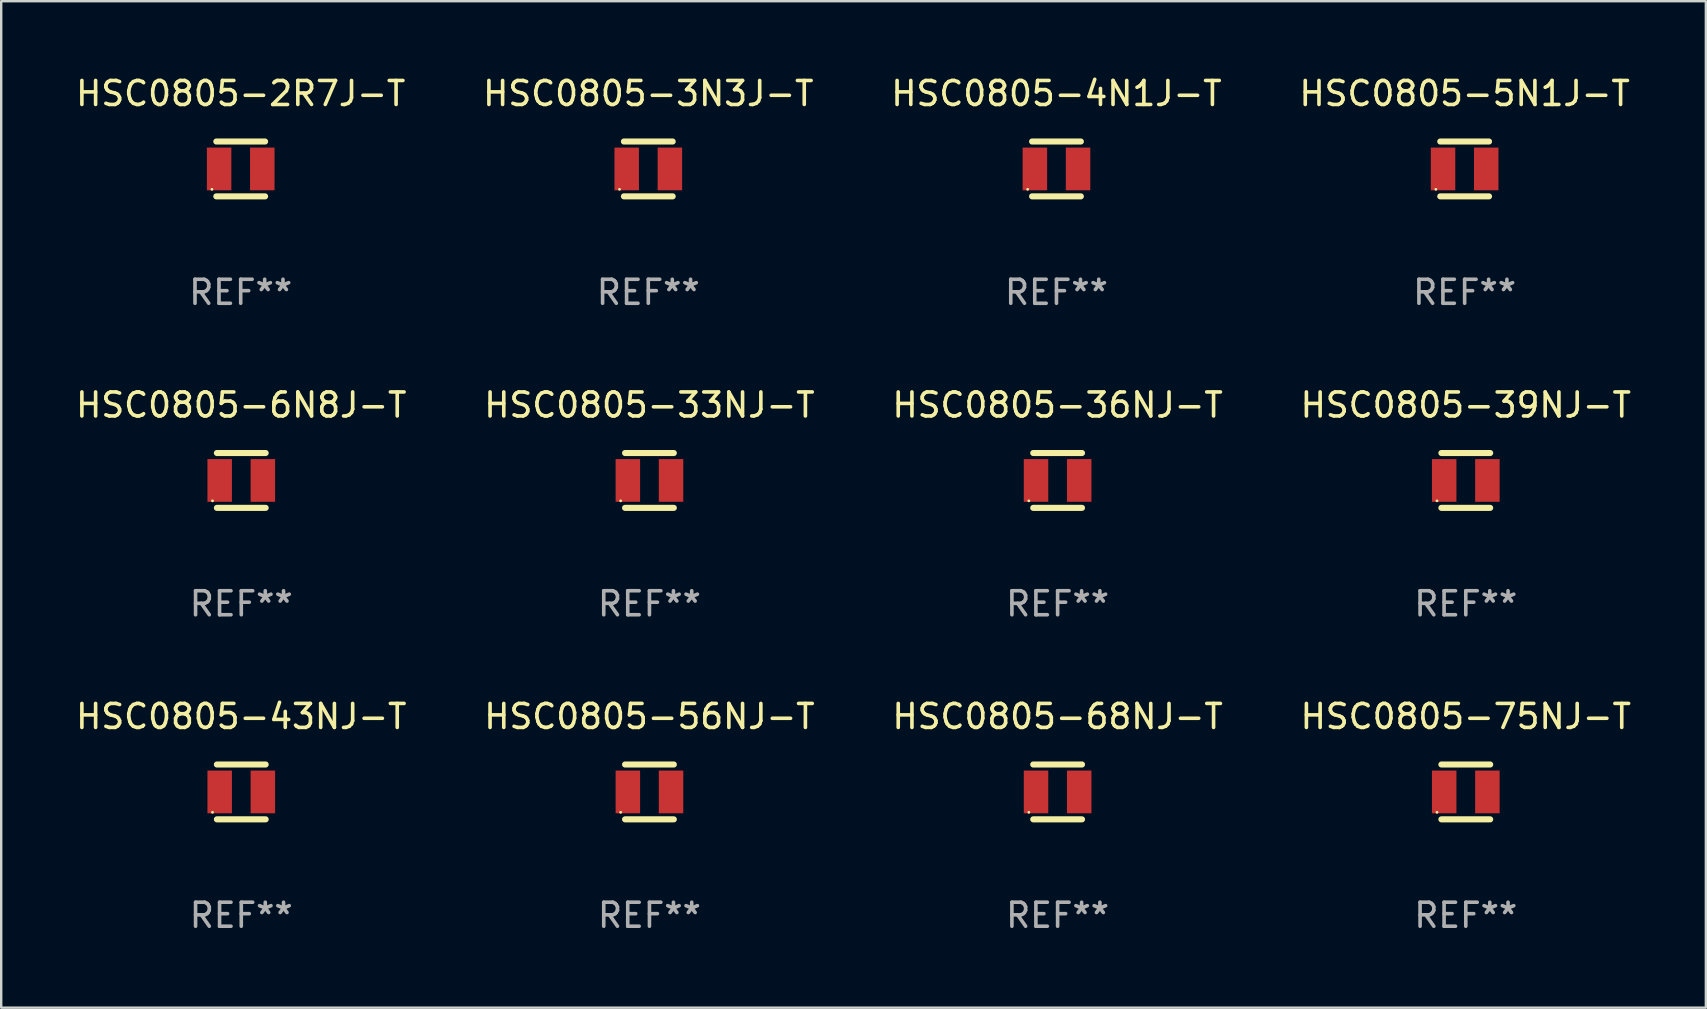
<source format=kicad_pcb>
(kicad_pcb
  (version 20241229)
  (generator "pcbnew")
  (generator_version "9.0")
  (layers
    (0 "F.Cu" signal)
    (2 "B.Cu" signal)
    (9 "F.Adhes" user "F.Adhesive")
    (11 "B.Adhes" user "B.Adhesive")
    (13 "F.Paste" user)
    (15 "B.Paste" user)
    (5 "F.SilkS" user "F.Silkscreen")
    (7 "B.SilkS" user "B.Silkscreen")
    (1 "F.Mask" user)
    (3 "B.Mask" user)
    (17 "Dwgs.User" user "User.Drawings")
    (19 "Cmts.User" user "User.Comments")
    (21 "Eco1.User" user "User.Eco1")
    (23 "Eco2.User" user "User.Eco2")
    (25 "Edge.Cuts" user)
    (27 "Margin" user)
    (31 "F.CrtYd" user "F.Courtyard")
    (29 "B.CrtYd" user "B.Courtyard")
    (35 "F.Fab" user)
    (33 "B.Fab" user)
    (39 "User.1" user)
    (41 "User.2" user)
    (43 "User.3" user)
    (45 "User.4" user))
  (footprint "HSC0805-68NJ-T"
    (layer "F.Cu")
    (at 41.03 29.956)
    (property "Reference" "HSC0805-68NJ-T" (at 0 -3.143 0) (layer "F.SilkS") (effects (font (size 1 1) (thickness 0.15))))
    (attr through_hole)
    (fp_line (start -1.016 -1.143) (end 1.016 -1.143) (stroke (width 0.254) (type solid)) (layer "F.SilkS"))
    (fp_line (start -1.016 1.143) (end 1.016 1.143) (stroke (width 0.254) (type solid)) (layer "F.SilkS"))
    (fp_circle (center -1.2 0.85) (end -1.17 0.85) (stroke (width 0.06) (type solid)) (fill no) (layer "F.SilkS"))
    (fp_text user "REF**" (at 0 5.143 0) (layer "F.Fab") (effects (font (size 1 1) (thickness 0.15))))
    (pad "1" smd rect (at -0.9 0) (size 1.02 1.78) (layers "F.Cu" "F.Mask" "F.Paste"))
    (pad "2" smd rect (at 0.9 0) (size 1.02 1.78) (layers "F.Cu" "F.Mask" "F.Paste")))
  (footprint "HSC0805-36NJ-T"
    (layer "F.Cu")
    (at 41.03 16.974)
    (property "Reference" "HSC0805-36NJ-T" (at 0 -3.143 0) (layer "F.SilkS") (effects (font (size 1 1) (thickness 0.15))))
    (attr through_hole)
    (fp_line (start -1.016 -1.143) (end 1.016 -1.143) (stroke (width 0.254) (type solid)) (layer "F.SilkS"))
    (fp_line (start -1.016 1.143) (end 1.016 1.143) (stroke (width 0.254) (type solid)) (layer "F.SilkS"))
    (fp_circle (center -1.2 0.85) (end -1.17 0.85) (stroke (width 0.06) (type solid)) (fill no) (layer "F.SilkS"))
    (fp_text user "REF**" (at 0 5.143 0) (layer "F.Fab") (effects (font (size 1 1) (thickness 0.15))))
    (pad "1" smd rect (at -0.9 0) (size 1.02 1.78) (layers "F.Cu" "F.Mask" "F.Paste"))
    (pad "2" smd rect (at 0.9 0) (size 1.02 1.78) (layers "F.Cu" "F.Mask" "F.Paste")))
  (footprint "HSC0805-5N1J-T"
    (layer "F.Cu")
    (at 57.994 3.991)
    (property "Reference" "HSC0805-5N1J-T" (at 0 -3.143 0) (layer "F.SilkS") (effects (font (size 1 1) (thickness 0.15))))
    (attr through_hole)
    (fp_line (start -1.016 -1.143) (end 1.016 -1.143) (stroke (width 0.254) (type solid)) (layer "F.SilkS"))
    (fp_line (start -1.016 1.143) (end 1.016 1.143) (stroke (width 0.254) (type solid)) (layer "F.SilkS"))
    (fp_circle (center -1.2 0.85) (end -1.17 0.85) (stroke (width 0.06) (type solid)) (fill no) (layer "F.SilkS"))
    (fp_text user "REF**" (at 0 5.143 0) (layer "F.Fab") (effects (font (size 1 1) (thickness 0.15))))
    (pad "1" smd rect (at -0.9 0) (size 1.02 1.78) (layers "F.Cu" "F.Mask" "F.Paste"))
    (pad "2" smd rect (at 0.9 0) (size 1.02 1.78) (layers "F.Cu" "F.Mask" "F.Paste")))
  (footprint "HSC0805-6N8J-T"
    (layer "F.Cu")
    (at 7.006 16.974)
    (property "Reference" "HSC0805-6N8J-T" (at 0 -3.143 0) (layer "F.SilkS") (effects (font (size 1 1) (thickness 0.15))))
    (attr through_hole)
    (fp_line (start -1.016 -1.143) (end 1.016 -1.143) (stroke (width 0.254) (type solid)) (layer "F.SilkS"))
    (fp_line (start -1.016 1.143) (end 1.016 1.143) (stroke (width 0.254) (type solid)) (layer "F.SilkS"))
    (fp_circle (center -1.2 0.85) (end -1.17 0.85) (stroke (width 0.06) (type solid)) (fill no) (layer "F.SilkS"))
    (fp_text user "REF**" (at 0 5.143 0) (layer "F.Fab") (effects (font (size 1 1) (thickness 0.15))))
    (pad "1" smd rect (at -0.9 0) (size 1.02 1.78) (layers "F.Cu" "F.Mask" "F.Paste"))
    (pad "2" smd rect (at 0.9 0) (size 1.02 1.78) (layers "F.Cu" "F.Mask" "F.Paste")))
  (footprint "HSC0805-56NJ-T"
    (layer "F.Cu")
    (at 24.018 29.956)
    (property "Reference" "HSC0805-56NJ-T" (at 0 -3.143 0) (layer "F.SilkS") (effects (font (size 1 1) (thickness 0.15))))
    (attr through_hole)
    (fp_line (start -1.016 -1.143) (end 1.016 -1.143) (stroke (width 0.254) (type solid)) (layer "F.SilkS"))
    (fp_line (start -1.016 1.143) (end 1.016 1.143) (stroke (width 0.254) (type solid)) (layer "F.SilkS"))
    (fp_circle (center -1.2 0.85) (end -1.17 0.85) (stroke (width 0.06) (type solid)) (fill no) (layer "F.SilkS"))
    (fp_text user "REF**" (at 0 5.143 0) (layer "F.Fab") (effects (font (size 1 1) (thickness 0.15))))
    (pad "1" smd rect (at -0.9 0) (size 1.02 1.78) (layers "F.Cu" "F.Mask" "F.Paste"))
    (pad "2" smd rect (at 0.9 0) (size 1.02 1.78) (layers "F.Cu" "F.Mask" "F.Paste")))
  (footprint "HSC0805-75NJ-T"
    (layer "F.Cu")
    (at 58.042 29.956)
    (property "Reference" "HSC0805-75NJ-T" (at 0 -3.143 0) (layer "F.SilkS") (effects (font (size 1 1) (thickness 0.15))))
    (attr through_hole)
    (fp_line (start -1.016 -1.143) (end 1.016 -1.143) (stroke (width 0.254) (type solid)) (layer "F.SilkS"))
    (fp_line (start -1.016 1.143) (end 1.016 1.143) (stroke (width 0.254) (type solid)) (layer "F.SilkS"))
    (fp_circle (center -1.2 0.85) (end -1.17 0.85) (stroke (width 0.06) (type solid)) (fill no) (layer "F.SilkS"))
    (fp_text user "REF**" (at 0 5.143 0) (layer "F.Fab") (effects (font (size 1 1) (thickness 0.15))))
    (pad "1" smd rect (at -0.9 0) (size 1.02 1.78) (layers "F.Cu" "F.Mask" "F.Paste"))
    (pad "2" smd rect (at 0.9 0) (size 1.02 1.78) (layers "F.Cu" "F.Mask" "F.Paste")))
  (footprint "HSC0805-4N1J-T"
    (layer "F.Cu")
    (at 40.982 3.991)
    (property "Reference" "HSC0805-4N1J-T" (at 0 -3.143 0) (layer "F.SilkS") (effects (font (size 1 1) (thickness 0.15))))
    (attr through_hole)
    (fp_line (start -1.016 -1.143) (end 1.016 -1.143) (stroke (width 0.254) (type solid)) (layer "F.SilkS"))
    (fp_line (start -1.016 1.143) (end 1.016 1.143) (stroke (width 0.254) (type solid)) (layer "F.SilkS"))
    (fp_circle (center -1.2 0.85) (end -1.17 0.85) (stroke (width 0.06) (type solid)) (fill no) (layer "F.SilkS"))
    (fp_text user "REF**" (at 0 5.143 0) (layer "F.Fab") (effects (font (size 1 1) (thickness 0.15))))
    (pad "1" smd rect (at -0.9 0) (size 1.02 1.78) (layers "F.Cu" "F.Mask" "F.Paste"))
    (pad "2" smd rect (at 0.9 0) (size 1.02 1.78) (layers "F.Cu" "F.Mask" "F.Paste")))
  (footprint "HSC0805-39NJ-T"
    (layer "F.Cu")
    (at 58.042 16.974)
    (property "Reference" "HSC0805-39NJ-T" (at 0 -3.143 0) (layer "F.SilkS") (effects (font (size 1 1) (thickness 0.15))))
    (attr through_hole)
    (fp_line (start -1.016 -1.143) (end 1.016 -1.143) (stroke (width 0.254) (type solid)) (layer "F.SilkS"))
    (fp_line (start -1.016 1.143) (end 1.016 1.143) (stroke (width 0.254) (type solid)) (layer "F.SilkS"))
    (fp_circle (center -1.2 0.85) (end -1.17 0.85) (stroke (width 0.06) (type solid)) (fill no) (layer "F.SilkS"))
    (fp_text user "REF**" (at 0 5.143 0) (layer "F.Fab") (effects (font (size 1 1) (thickness 0.15))))
    (pad "1" smd rect (at -0.9 0) (size 1.02 1.78) (layers "F.Cu" "F.Mask" "F.Paste"))
    (pad "2" smd rect (at 0.9 0) (size 1.02 1.78) (layers "F.Cu" "F.Mask" "F.Paste")))
  (footprint "HSC0805-2R7J-T"
    (layer "F.Cu")
    (at 6.982 3.991)
    (property "Reference" "HSC0805-2R7J-T" (at 0 -3.143 0) (layer "F.SilkS") (effects (font (size 1 1) (thickness 0.15))))
    (attr through_hole)
    (fp_line (start -1.016 -1.143) (end 1.016 -1.143) (stroke (width 0.254) (type solid)) (layer "F.SilkS"))
    (fp_line (start -1.016 1.143) (end 1.016 1.143) (stroke (width 0.254) (type solid)) (layer "F.SilkS"))
    (fp_circle (center -1.2 0.85) (end -1.17 0.85) (stroke (width 0.06) (type solid)) (fill no) (layer "F.SilkS"))
    (fp_text user "REF**" (at 0 5.143 0) (layer "F.Fab") (effects (font (size 1 1) (thickness 0.15))))
    (pad "1" smd rect (at -0.9 0) (size 1.02 1.78) (layers "F.Cu" "F.Mask" "F.Paste"))
    (pad "2" smd rect (at 0.9 0) (size 1.02 1.78) (layers "F.Cu" "F.Mask" "F.Paste")))
  (footprint "HSC0805-33NJ-T"
    (layer "F.Cu")
    (at 24.018 16.974)
    (property "Reference" "HSC0805-33NJ-T" (at 0 -3.143 0) (layer "F.SilkS") (effects (font (size 1 1) (thickness 0.15))))
    (attr through_hole)
    (fp_line (start -1.016 -1.143) (end 1.016 -1.143) (stroke (width 0.254) (type solid)) (layer "F.SilkS"))
    (fp_line (start -1.016 1.143) (end 1.016 1.143) (stroke (width 0.254) (type solid)) (layer "F.SilkS"))
    (fp_circle (center -1.2 0.85) (end -1.17 0.85) (stroke (width 0.06) (type solid)) (fill no) (layer "F.SilkS"))
    (fp_text user "REF**" (at 0 5.143 0) (layer "F.Fab") (effects (font (size 1 1) (thickness 0.15))))
    (pad "1" smd rect (at -0.9 0) (size 1.02 1.78) (layers "F.Cu" "F.Mask" "F.Paste"))
    (pad "2" smd rect (at 0.9 0) (size 1.02 1.78) (layers "F.Cu" "F.Mask" "F.Paste")))
  (footprint "HSC0805-43NJ-T"
    (layer "F.Cu")
    (at 7.006 29.956)
    (property "Reference" "HSC0805-43NJ-T" (at 0 -3.143 0) (layer "F.SilkS") (effects (font (size 1 1) (thickness 0.15))))
    (attr through_hole)
    (fp_line (start -1.016 -1.143) (end 1.016 -1.143) (stroke (width 0.254) (type solid)) (layer "F.SilkS"))
    (fp_line (start -1.016 1.143) (end 1.016 1.143) (stroke (width 0.254) (type solid)) (layer "F.SilkS"))
    (fp_circle (center -1.2 0.85) (end -1.17 0.85) (stroke (width 0.06) (type solid)) (fill no) (layer "F.SilkS"))
    (fp_text user "REF**" (at 0 5.143 0) (layer "F.Fab") (effects (font (size 1 1) (thickness 0.15))))
    (pad "1" smd rect (at -0.9 0) (size 1.02 1.78) (layers "F.Cu" "F.Mask" "F.Paste"))
    (pad "2" smd rect (at 0.9 0) (size 1.02 1.78) (layers "F.Cu" "F.Mask" "F.Paste")))
  (footprint "HSC0805-3N3J-T"
    (layer "F.Cu")
    (at 23.97 3.991)
    (property "Reference" "HSC0805-3N3J-T" (at 0 -3.143 0) (layer "F.SilkS") (effects (font (size 1 1) (thickness 0.15))))
    (attr through_hole)
    (fp_line (start -1.016 -1.143) (end 1.016 -1.143) (stroke (width 0.254) (type solid)) (layer "F.SilkS"))
    (fp_line (start -1.016 1.143) (end 1.016 1.143) (stroke (width 0.254) (type solid)) (layer "F.SilkS"))
    (fp_circle (center -1.2 0.85) (end -1.17 0.85) (stroke (width 0.06) (type solid)) (fill no) (layer "F.SilkS"))
    (fp_text user "REF**" (at 0 5.143 0) (layer "F.Fab") (effects (font (size 1 1) (thickness 0.15))))
    (pad "1" smd rect (at -0.9 0) (size 1.02 1.78) (layers "F.Cu" "F.Mask" "F.Paste"))
    (pad "2" smd rect (at 0.9 0) (size 1.02 1.78) (layers "F.Cu" "F.Mask" "F.Paste")))
  (gr_rect
    (start -3 -3)
    (end 68.048 38.948)
    (stroke (width 0.1) (type default))
    (fill no)
    (layer "Edge.Cuts")))
</source>
